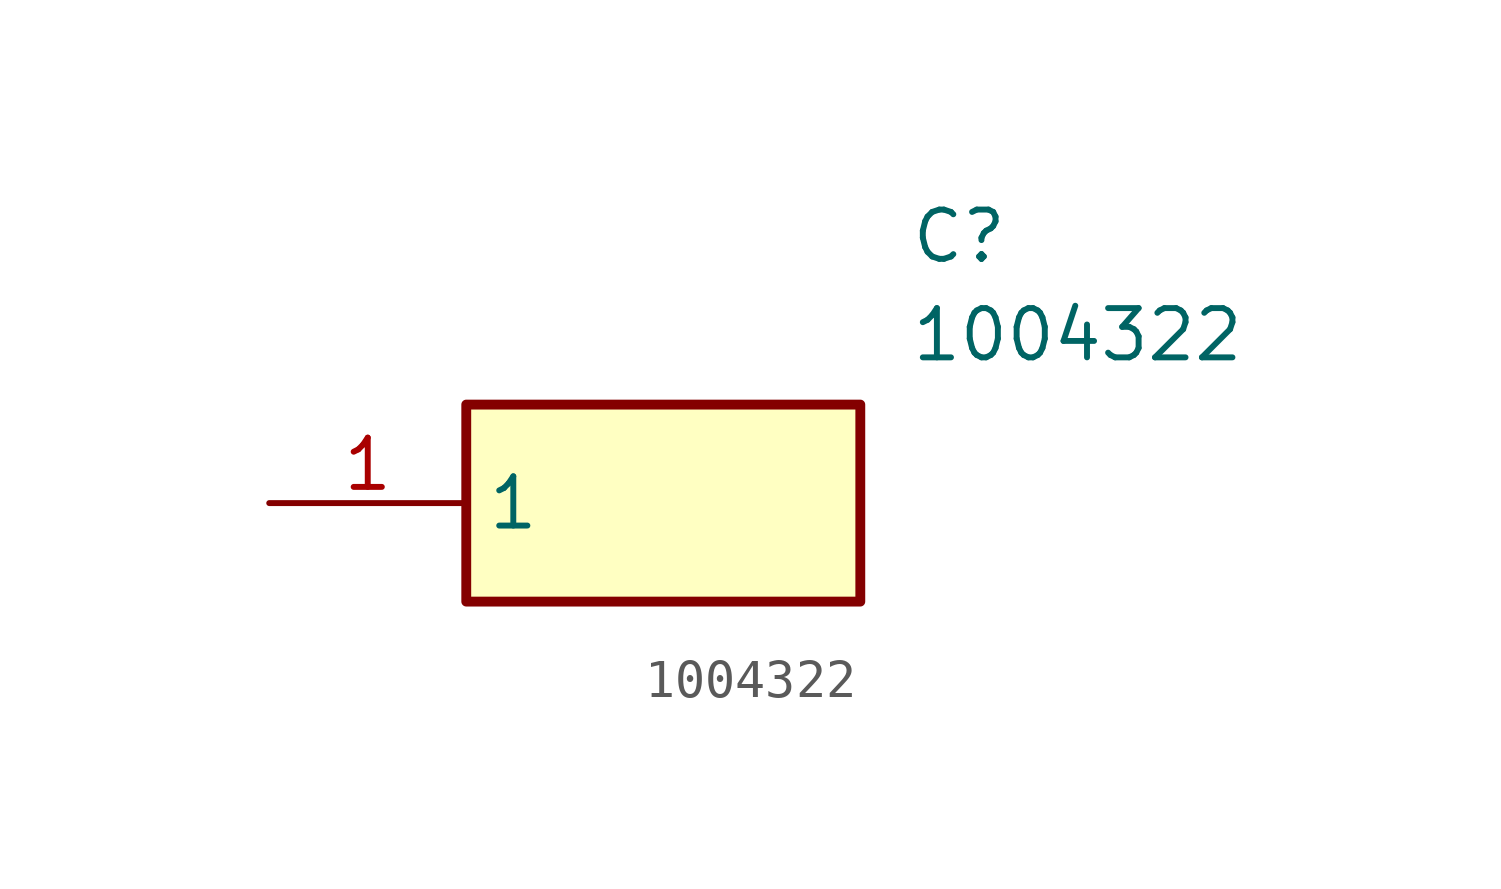
<source format=kicad_sym>
(kicad_symbol_lib
  (version 20211014)
  (generator SamacSys_ECAD_Model)
  (symbol "1004322"
    (property "Reference" "C"
      (at 16.51 7.62 0)
      (effects (font (size 1.27 1.27)) (justify left top)))
    (property "Value" "1004322"
      (at 16.51 5.08 0)
      (effects (font (size 1.27 1.27)) (justify left top)))
    (rectangle
      (start 5.08 2.54)
      (end 15.24 -2.54)
      (stroke (width 0.254) (type default))
      (fill (type background)))
    (pin passive line
      (at 0 0 0)
      (length 5.08)
      (name "1" (effects (font (size 1.27 1.27))))
      (number "1" (effects (font (size 1.27 1.27)))))))
</source>
